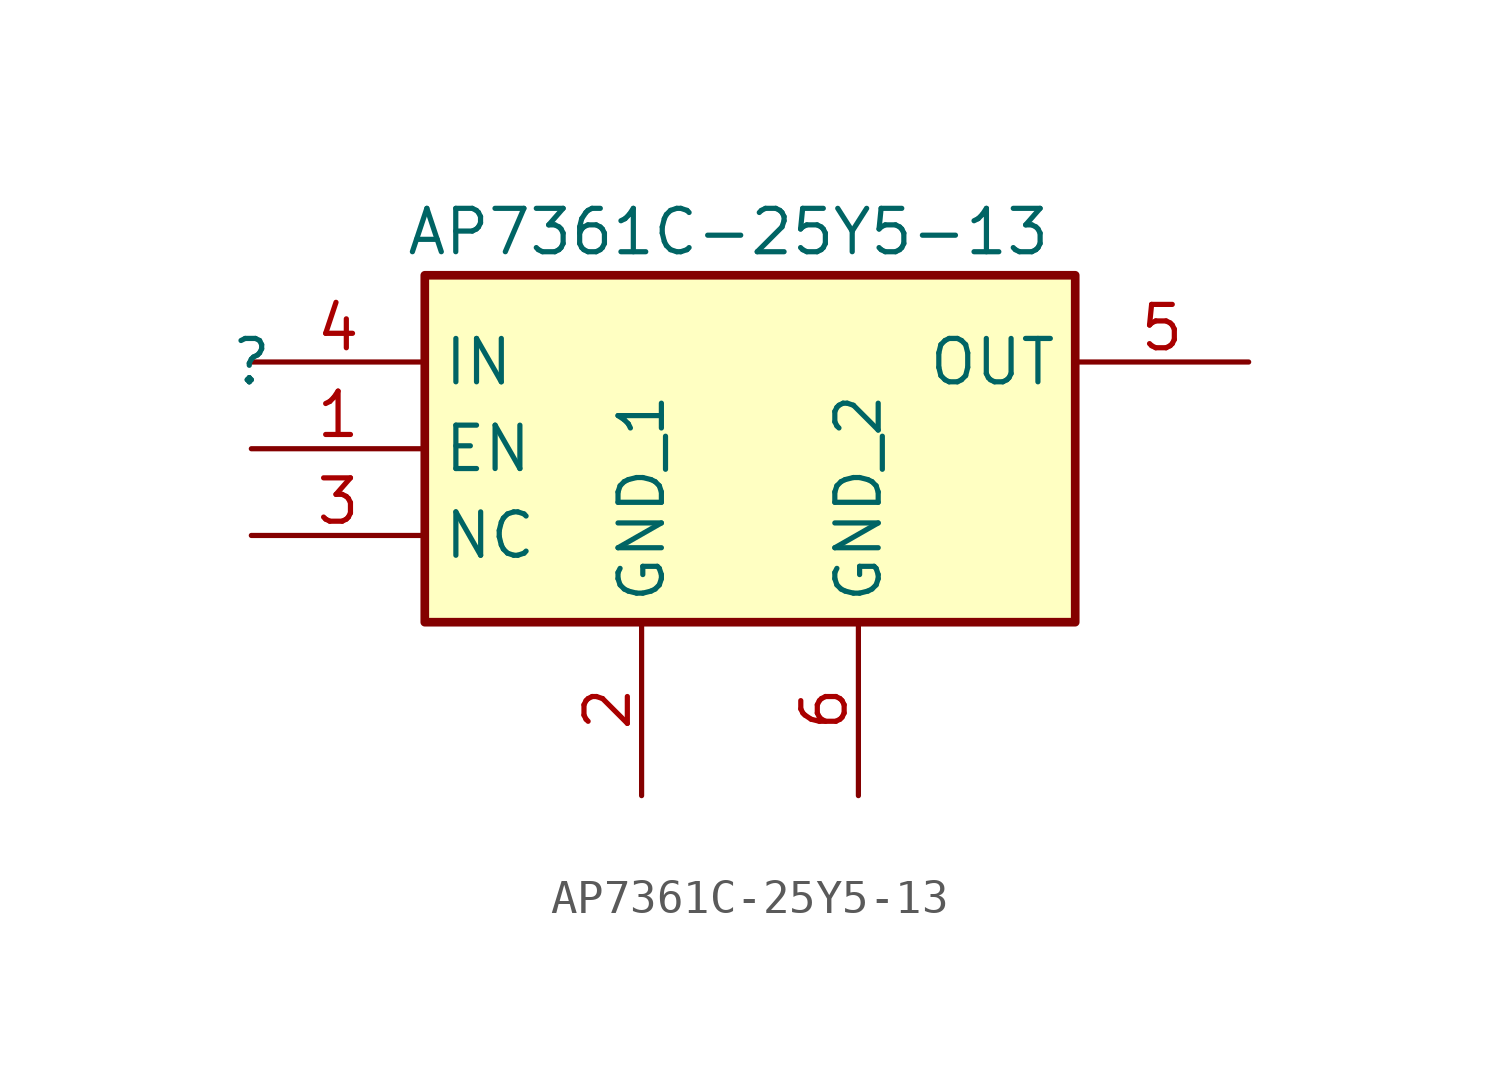
<source format=kicad_sym>
(kicad_symbol_lib
  (version 20211014)
  (generator kicad_symbol_editor)
  (symbol "AP7361C-25Y5-13"
    (property "Reference" ""
      (at 0 0 0)
      (effects (font (size 1.27 1.27))))
    (property "Value" "AP7361C-25Y5-13"
      (at 13.97 3.81 0)
      (effects (font (size 1.27 1.27))))
    (symbol "AP7361C-25Y5-13_1_1"
      (rectangle (start 5.08 2.54) (end 24.13 -7.62) (stroke (width 0.254) (type default) (color 0 0 0 0)) (fill (type background)))
      (pin passive line (at 0 -2.54 0) (length 5.08) (name "EN" (effects (font (size 1.27 1.27)))) (number "1" (effects (font (size 1.27 1.27)))))
      (pin passive line (at 11.43 -12.7 90) (length 5.08) (name "GND_1" (effects (font (size 1.27 1.27)))) (number "2" (effects (font (size 1.27 1.27)))))
      (pin passive line (at 0 -5.08 0) (length 5.08) (name "NC" (effects (font (size 1.27 1.27)))) (number "3" (effects (font (size 1.27 1.27)))))
      (pin passive line (at 0 0 0) (length 5.08) (name "IN" (effects (font (size 1.27 1.27)))) (number "4" (effects (font (size 1.27 1.27)))))
      (pin passive line (at 29.21 0 180) (length 5.08) (name "OUT" (effects (font (size 1.27 1.27)))) (number "5" (effects (font (size 1.27 1.27)))))
      (pin passive line (at 17.78 -12.7 90) (length 5.08) (name "GND_2" (effects (font (size 1.27 1.27)))) (number "6" (effects (font (size 1.27 1.27))))))))
</source>
